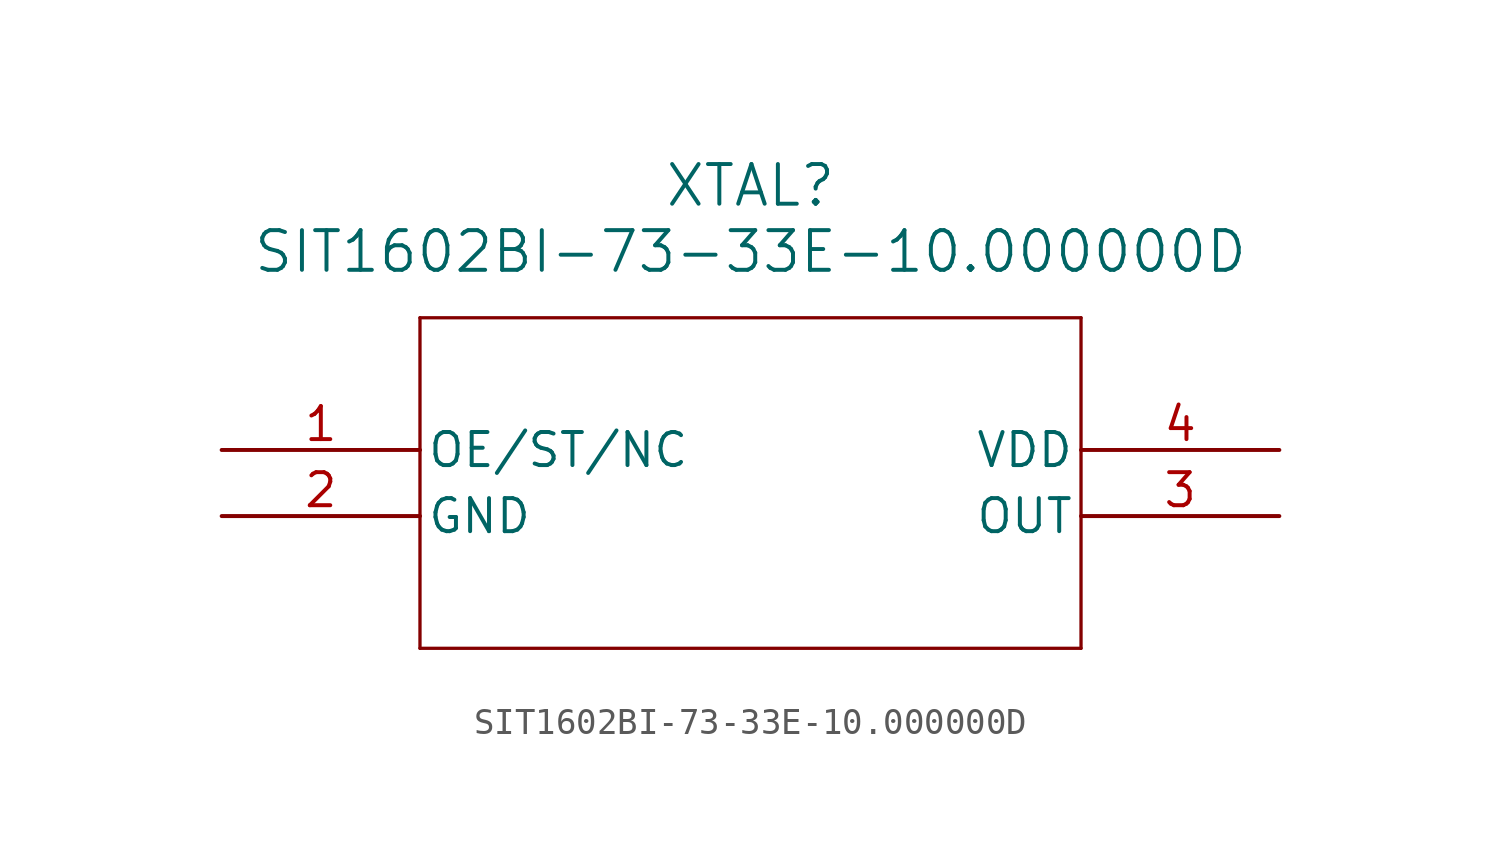
<source format=kicad_sym>
(kicad_symbol_lib
  (version 20211014)
  (generator kicad_symbol_editor)
  (symbol "SIT1602BI-73-33E-10.000000D"
    (pin_names
      (offset 0.254))
    (property "Reference" "XTAL"
      (at 20.32 10.16 0)
      (effects (font (size 1.524 1.524))))
    (property "Value" "SIT1602BI-73-33E-10.000000D"
      (at 20.32 7.62 0)
      (effects (font (size 1.524 1.524))))
    (symbol "SIT1602BI-73-33E-10.000000D_0_1"
      (polyline (pts (xy 7.62 5.08) (xy 7.62 -7.62)) (stroke (width 0.127) (type default) (color 0 0 0 0)) (fill (type none)))
      (polyline (pts (xy 7.62 -7.62) (xy 33.02 -7.62)) (stroke (width 0.127) (type default) (color 0 0 0 0)) (fill (type none)))
      (polyline (pts (xy 33.02 -7.62) (xy 33.02 5.08)) (stroke (width 0.127) (type default) (color 0 0 0 0)) (fill (type none)))
      (polyline (pts (xy 33.02 5.08) (xy 7.62 5.08)) (stroke (width 0.127) (type default) (color 0 0 0 0)) (fill (type none)))
      (pin unspecified line (at 0 0 0) (length 7.62) (name "OE/ST/NC" (effects (font (size 1.27 1.27)))) (number "1" (effects (font (size 1.27 1.27)))))
      (pin power_out line (at 0 -2.54 0) (length 7.62) (name "GND" (effects (font (size 1.27 1.27)))) (number "2" (effects (font (size 1.27 1.27)))))
      (pin output line (at 40.64 -2.54 180) (length 7.62) (name "OUT" (effects (font (size 1.27 1.27)))) (number "3" (effects (font (size 1.27 1.27)))))
      (pin power_in line (at 40.64 0 180) (length 7.62) (name "VDD" (effects (font (size 1.27 1.27)))) (number "4" (effects (font (size 1.27 1.27))))))))
</source>
